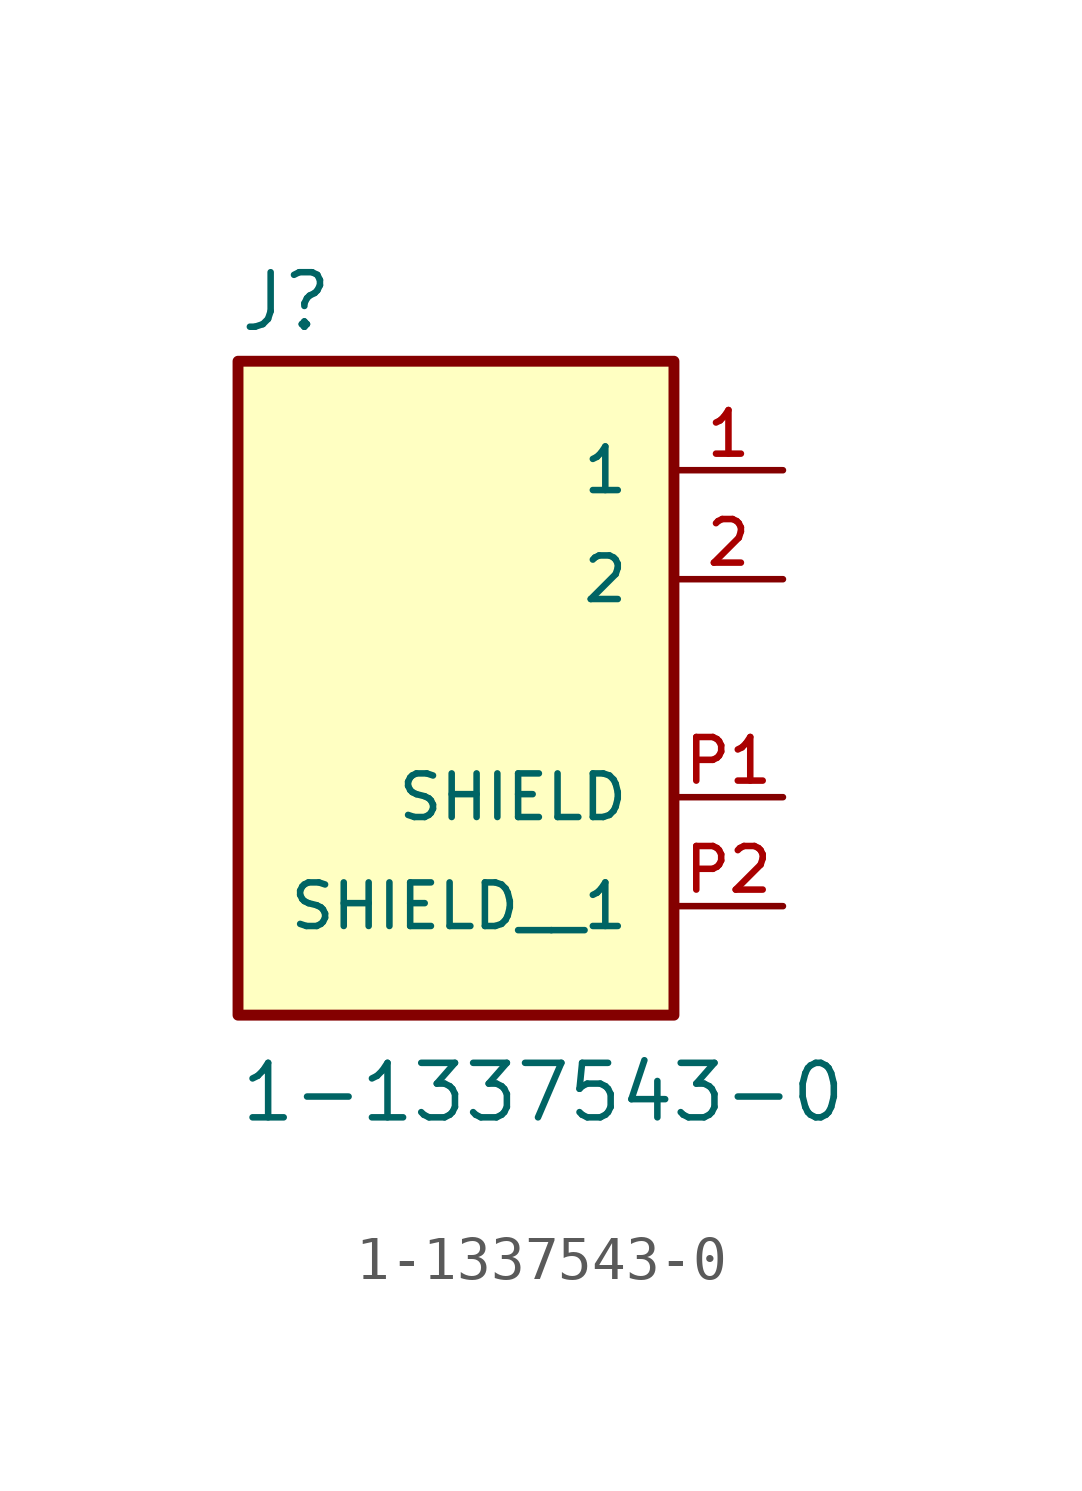
<source format=kicad_sym>
(kicad_symbol_lib
  (version 20211014)
  (generator kicad_symbol_editor)
  (symbol "1-1337543-0"
    (pin_names
      (offset 1.016))
    (property "Reference" "J"
      (at -5.085 5.721 0)
      (effects (font (size 1.27 1.27)) (justify bottom left)))
    (property "Value" "1-1337543-0"
      (at -5.083 -12.705 0)
      (effects (font (size 1.27 1.27)) (justify bottom left)))
    (symbol "1-1337543-0_0_0"
      (rectangle (start -5.08 -10.16) (end 5.08 5.08) (stroke (width 0.254)) (fill (type background)))
      (pin passive line (at 7.62 2.54 180.0) (length 2.54) (name "1" (effects (font (size 1.016 1.016)))) (number "1" (effects (font (size 1.016 1.016)))))
      (pin passive line (at 7.62 0.0 180.0) (length 2.54) (name "2" (effects (font (size 1.016 1.016)))) (number "2" (effects (font (size 1.016 1.016)))))
      (pin passive line (at 7.62 -5.08 180.0) (length 2.54) (name "SHIELD" (effects (font (size 1.016 1.016)))) (number "P1" (effects (font (size 1.016 1.016)))))
      (pin passive line (at 7.62 -7.62 180.0) (length 2.54) (name "SHIELD__1" (effects (font (size 1.016 1.016)))) (number "P2" (effects (font (size 1.016 1.016))))))))
</source>
